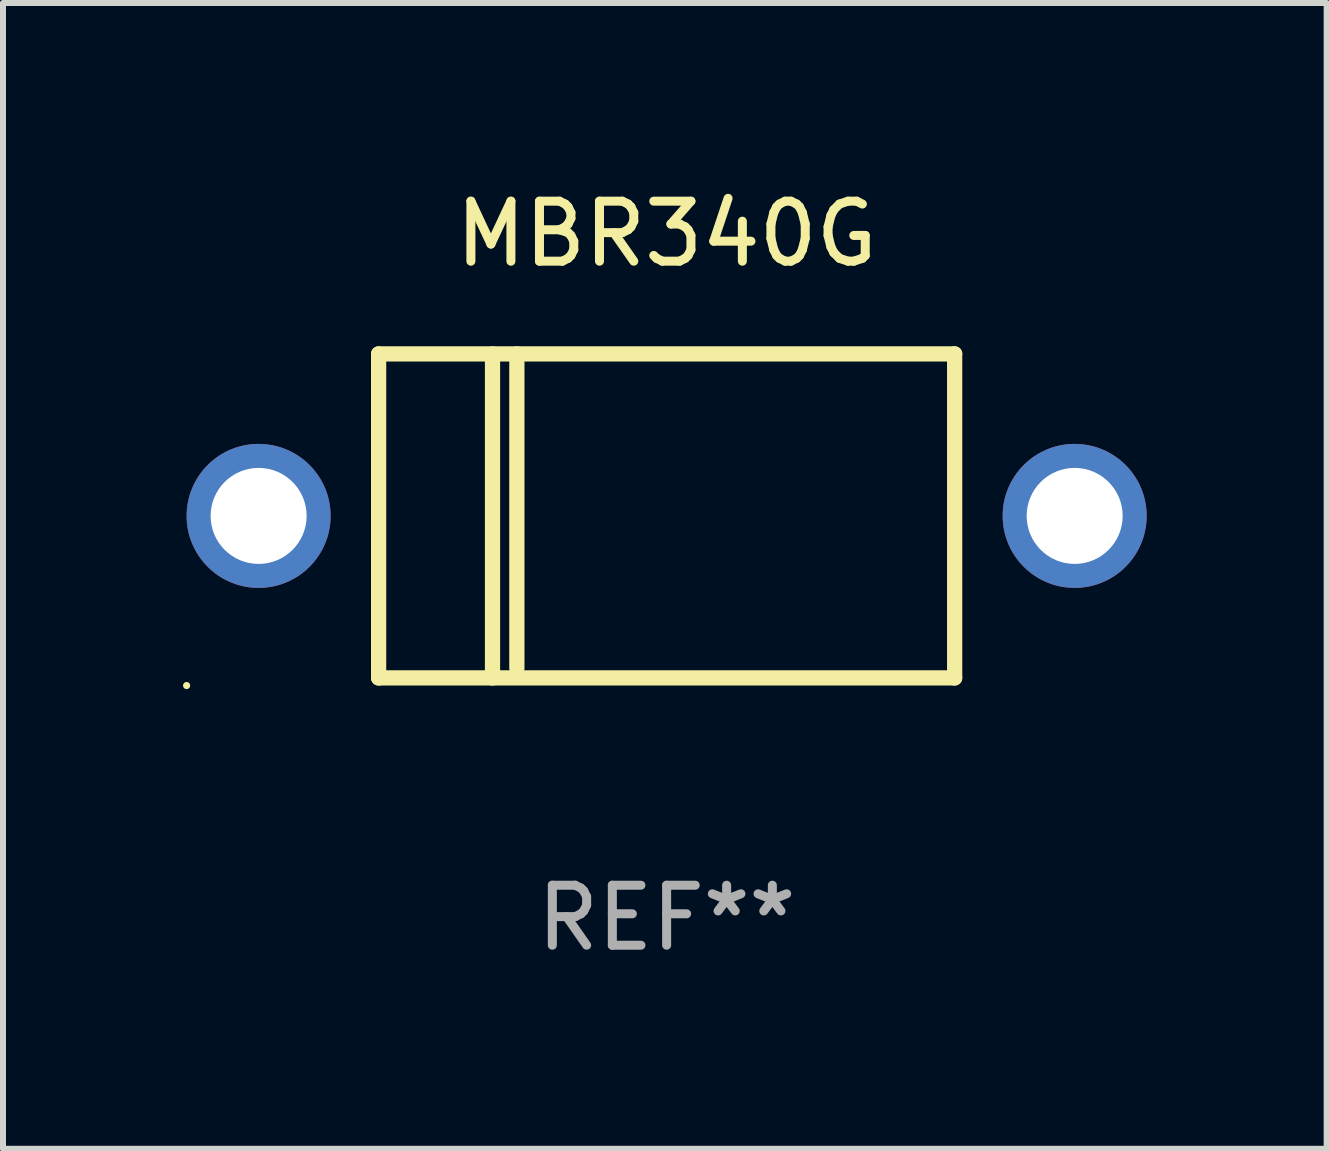
<source format=kicad_pcb>
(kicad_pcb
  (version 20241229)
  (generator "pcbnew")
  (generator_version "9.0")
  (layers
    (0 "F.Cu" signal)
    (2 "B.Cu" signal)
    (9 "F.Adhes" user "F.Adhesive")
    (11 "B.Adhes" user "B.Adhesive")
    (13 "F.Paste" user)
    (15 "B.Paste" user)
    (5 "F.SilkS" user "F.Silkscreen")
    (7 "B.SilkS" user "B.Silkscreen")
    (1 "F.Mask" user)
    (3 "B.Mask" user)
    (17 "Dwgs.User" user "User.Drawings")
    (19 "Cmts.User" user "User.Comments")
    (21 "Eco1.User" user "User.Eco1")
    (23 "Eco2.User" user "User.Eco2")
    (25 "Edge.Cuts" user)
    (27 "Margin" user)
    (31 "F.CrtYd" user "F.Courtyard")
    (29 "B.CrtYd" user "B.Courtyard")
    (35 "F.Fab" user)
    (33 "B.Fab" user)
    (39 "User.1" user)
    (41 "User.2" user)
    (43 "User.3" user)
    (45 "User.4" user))
  (footprint "MBR340G"
    (layer "F.Cu")
    (at 8.06 5.548)
    (property "Reference" "MBR340G" (at 0 -4.7 0) (layer "F.SilkS") (effects (font (size 1 1) (thickness 0.15))))
    (attr through_hole)
    (fp_line (start -4.8 -2.7) (end -4.8 2.7) (stroke (width 0.254) (type solid)) (layer "F.SilkS"))
    (fp_line (start -4.8 -2.7) (end 4.8 -2.7) (stroke (width 0.254) (type solid)) (layer "F.SilkS"))
    (fp_line (start -2.902 -2.7) (end -2.902 2.7) (stroke (width 0.254) (type solid)) (layer "F.SilkS"))
    (fp_line (start -2.496 -2.7) (end -2.496 2.54) (stroke (width 0.254) (type solid)) (layer "F.SilkS"))
    (fp_line (start 4.8 -2.7) (end 4.8 2.7) (stroke (width 0.254) (type solid)) (layer "F.SilkS"))
    (fp_line (start 4.8 2.7) (end -4.8 2.7) (stroke (width 0.254) (type solid)) (layer "F.SilkS"))
    (fp_circle (center -8 2.827) (end -7.97 2.827) (stroke (width 0.06) (type solid)) (fill no) (layer "F.SilkS"))
    (fp_text user "REF**" (at 0 6.7 0) (layer "F.Fab") (effects (font (size 1 1) (thickness 0.15))))
    (pad "1" thru_hole circle (at -6.8 0) (size 2.4 2.4) (drill 1.6) (layers "*.Cu" "*.Mask"))
    (pad "2" thru_hole circle (at 6.8 0) (size 2.4 2.4) (drill 1.6) (layers "*.Cu" "*.Mask")))
  (gr_rect
    (start -3 -3)
    (end 19.06 16.096)
    (stroke (width 0.1) (type default))
    (fill no)
    (layer "Edge.Cuts")))
</source>
